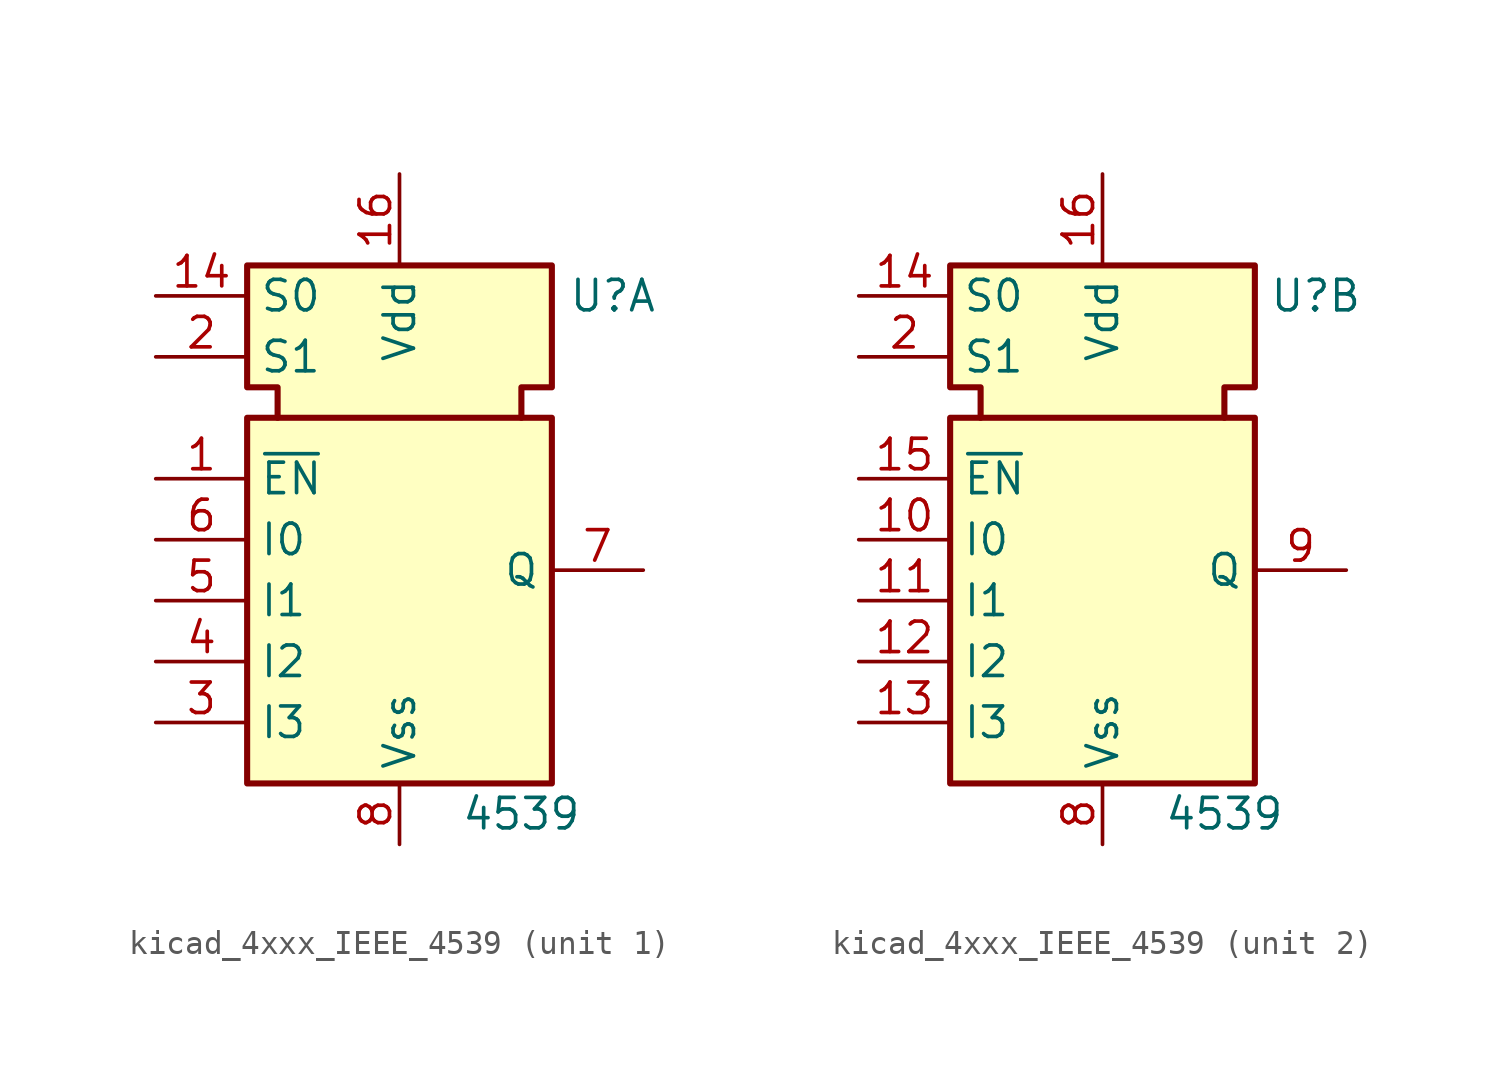
<source format=kicad_sym>
(kicad_symbol_lib
  (version 20220914)
  (generator kicad_symbol_editor)
  (symbol "kicad_4xxx_IEEE_4539"
    (property "Reference" "U"
      (at 8.89 10.16 0)
      (effects (font (size 1.27 1.27))))
    (property "Value" "4539"
      (at 5.08 -11.43 0)
      (effects (font (size 1.27 1.27))))
    (symbol "kicad_4xxx_IEEE_4539_0_1"
      (rectangle (start -6.35 5.08) (end 6.35 -10.16) (stroke (width 0.254) (type default)) (fill (type background)))
      (polyline (pts (xy -5.08 5.08) (xy -5.08 6.35) (xy -6.35 6.35) (xy -6.35 11.43) (xy 6.35 11.43) (xy 6.35 6.35) (xy 5.08 6.35) (xy 5.08 5.08) (xy 5.08 5.08)) (stroke (width 0.254) (type default)) (fill (type background)))
      (pin input line (at -10.16 10.16 0) (length 3.81) (name "S0" (effects (font (size 1.27 1.27)))) (number "14" (effects (font (size 1.27 1.27)))))
      (pin power_in line (at 0 15.24 270) (length 3.81) (name "Vdd" (effects (font (size 1.27 1.27)))) (number "16" (effects (font (size 1.27 1.27)))))
      (pin input line (at -10.16 7.62 0) (length 3.81) (name "S1" (effects (font (size 1.27 1.27)))) (number "2" (effects (font (size 1.27 1.27)))))
      (pin power_in line (at 0 -12.7 90) (length 2.54) (name "Vss" (effects (font (size 1.27 1.27)))) (number "8" (effects (font (size 1.27 1.27))))))
    (symbol "kicad_4xxx_IEEE_4539_1_1"
      (pin input line (at -10.16 2.54 0) (length 3.81) (name "~{EN}" (effects (font (size 1.27 1.27)))) (number "1" (effects (font (size 1.27 1.27)))))
      (pin input line (at -10.16 -7.62 0) (length 3.81) (name "I3" (effects (font (size 1.27 1.27)))) (number "3" (effects (font (size 1.27 1.27)))))
      (pin input line (at -10.16 -5.08 0) (length 3.81) (name "I2" (effects (font (size 1.27 1.27)))) (number "4" (effects (font (size 1.27 1.27)))))
      (pin input line (at -10.16 -2.54 0) (length 3.81) (name "I1" (effects (font (size 1.27 1.27)))) (number "5" (effects (font (size 1.27 1.27)))))
      (pin input line (at -10.16 0 0) (length 3.81) (name "I0" (effects (font (size 1.27 1.27)))) (number "6" (effects (font (size 1.27 1.27)))))
      (pin output line (at 10.16 -1.27 180) (length 3.81) (name "Q" (effects (font (size 1.27 1.27)))) (number "7" (effects (font (size 1.27 1.27))))))
    (symbol "kicad_4xxx_IEEE_4539_2_1"
      (pin input line (at -10.16 0 0) (length 3.81) (name "I0" (effects (font (size 1.27 1.27)))) (number "10" (effects (font (size 1.27 1.27)))))
      (pin input line (at -10.16 -2.54 0) (length 3.81) (name "I1" (effects (font (size 1.27 1.27)))) (number "11" (effects (font (size 1.27 1.27)))))
      (pin input line (at -10.16 -5.08 0) (length 3.81) (name "I2" (effects (font (size 1.27 1.27)))) (number "12" (effects (font (size 1.27 1.27)))))
      (pin input line (at -10.16 -7.62 0) (length 3.81) (name "I3" (effects (font (size 1.27 1.27)))) (number "13" (effects (font (size 1.27 1.27)))))
      (pin input line (at -10.16 2.54 0) (length 3.81) (name "~{EN}" (effects (font (size 1.27 1.27)))) (number "15" (effects (font (size 1.27 1.27)))))
      (pin output line (at 10.16 -1.27 180) (length 3.81) (name "Q" (effects (font (size 1.27 1.27)))) (number "9" (effects (font (size 1.27 1.27))))))))
</source>
